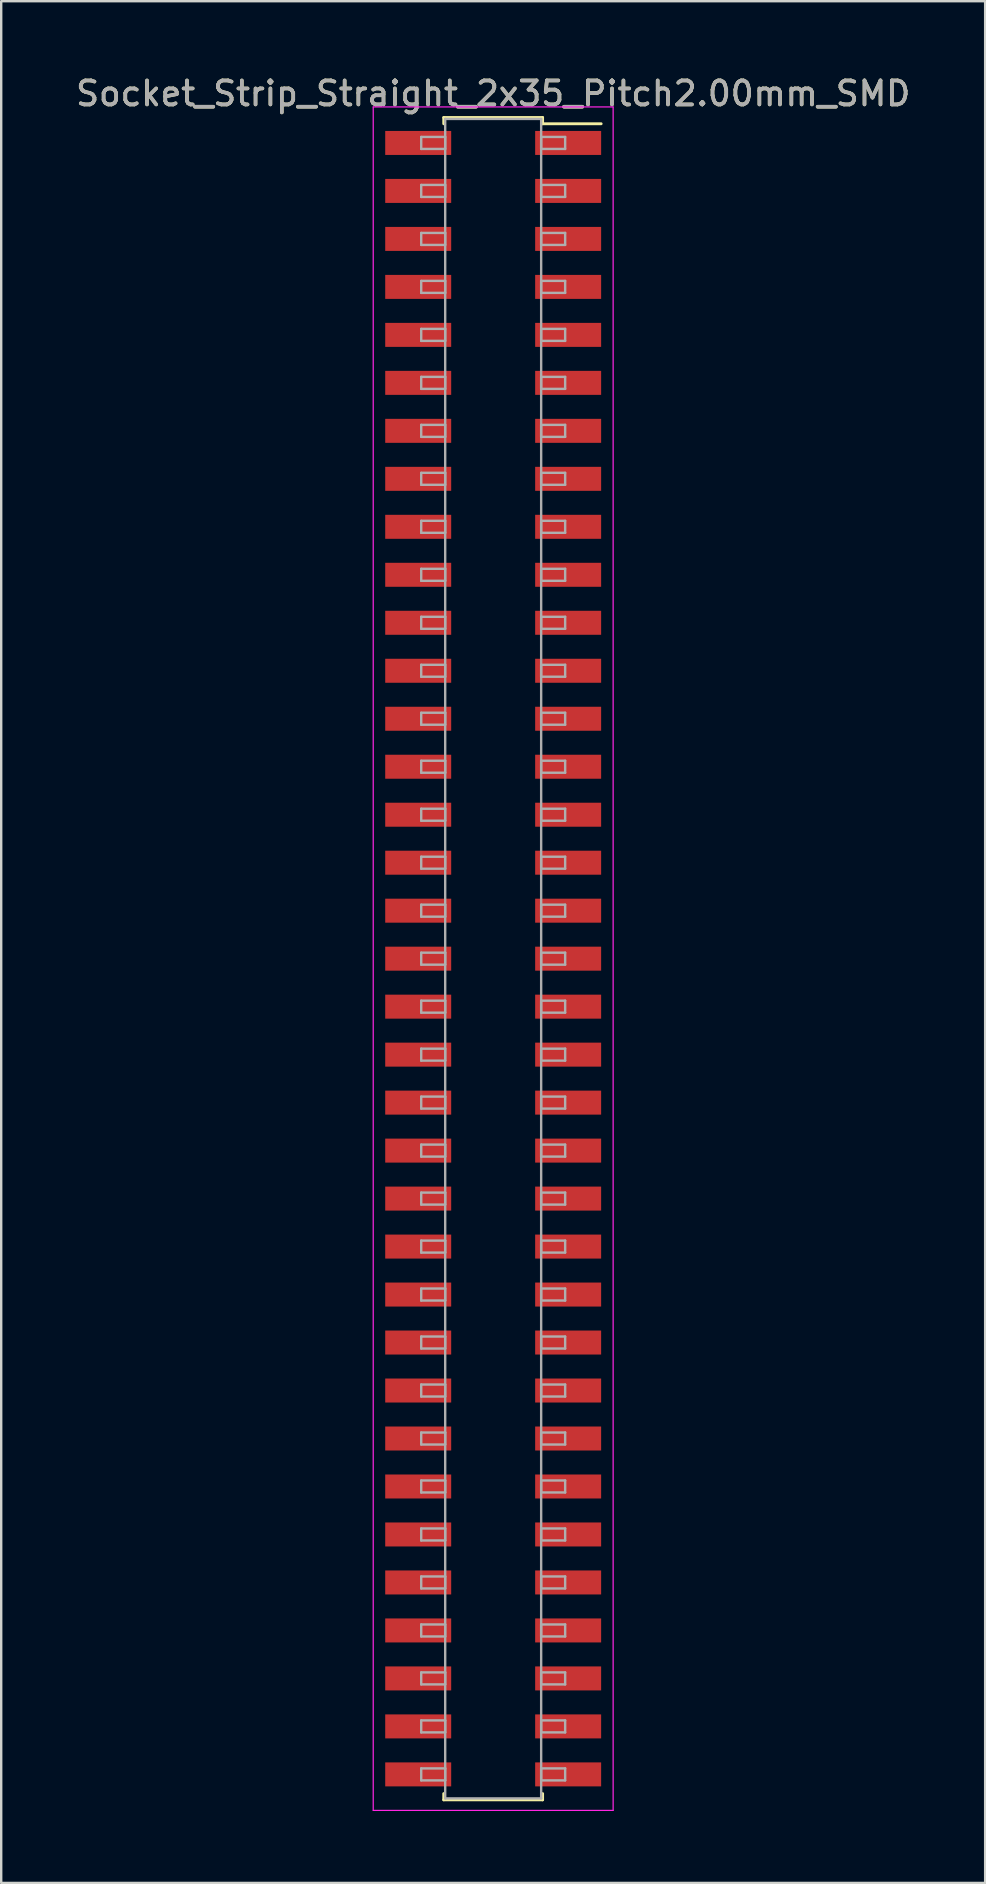
<source format=kicad_pcb>
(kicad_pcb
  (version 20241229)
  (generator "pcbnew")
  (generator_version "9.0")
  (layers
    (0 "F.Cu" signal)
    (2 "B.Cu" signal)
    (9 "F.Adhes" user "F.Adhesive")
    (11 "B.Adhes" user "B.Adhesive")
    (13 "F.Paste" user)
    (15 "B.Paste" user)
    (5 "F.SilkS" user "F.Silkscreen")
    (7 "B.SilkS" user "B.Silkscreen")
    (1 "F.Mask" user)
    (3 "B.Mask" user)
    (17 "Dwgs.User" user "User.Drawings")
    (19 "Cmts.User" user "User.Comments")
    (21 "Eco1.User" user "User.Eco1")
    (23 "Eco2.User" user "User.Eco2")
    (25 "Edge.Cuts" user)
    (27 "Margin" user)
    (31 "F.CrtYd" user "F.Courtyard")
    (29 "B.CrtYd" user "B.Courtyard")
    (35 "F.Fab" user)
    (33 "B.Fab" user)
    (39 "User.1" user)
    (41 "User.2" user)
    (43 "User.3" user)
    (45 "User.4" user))
  (footprint "Socket_Strip_Straight_2x35_Pitch2.00mm_SMD"
    (layer "F.Cu")
    (at 17.506 36.908)
    (property "Reference" "Socket_Strip_Straight_2x35_Pitch2.00mm_SMD" (at 0 -36.06 0) (layer "F.SilkS") (effects (font (size 1 1) (thickness 0.15))))
    (attr smd)
    (fp_line (start -2.06 -35.06) (end 2.06 -35.06) (stroke (width 0.12) (type solid)) (layer "F.SilkS"))
    (fp_line (start -2.06 -34.8) (end -2.06 -35.06) (stroke (width 0.12) (type solid)) (layer "F.SilkS"))
    (fp_line (start -2.06 34.8) (end -2.06 35.06) (stroke (width 0.12) (type solid)) (layer "F.SilkS"))
    (fp_line (start -2.06 35.06) (end 2.06 35.06) (stroke (width 0.12) (type solid)) (layer "F.SilkS"))
    (fp_line (start 2.06 -35.06) (end 2.06 -34.8) (stroke (width 0.12) (type solid)) (layer "F.SilkS"))
    (fp_line (start 2.06 35.06) (end 2.06 34.8) (stroke (width 0.12) (type solid)) (layer "F.SilkS"))
    (fp_line (start 4.5 -34.8) (end 2.06 -34.8) (stroke (width 0.12) (type solid)) (layer "F.SilkS"))
    (fp_line (start -5 -35.5) (end -5 35.5) (stroke (width 0.05) (type solid)) (layer "F.CrtYd"))
    (fp_line (start -5 35.5) (end 5 35.5) (stroke (width 0.05) (type solid)) (layer "F.CrtYd"))
    (fp_line (start 5 -35.5) (end -5 -35.5) (stroke (width 0.05) (type solid)) (layer "F.CrtYd"))
    (fp_line (start 5 35.5) (end 5 -35.5) (stroke (width 0.05) (type solid)) (layer "F.CrtYd"))
    (fp_line (start -3 -34.25) (end -2 -34.25) (stroke (width 0.1) (type solid)) (layer "F.Fab"))
    (fp_line (start -3 -33.75) (end -3 -34.25) (stroke (width 0.1) (type solid)) (layer "F.Fab"))
    (fp_line (start -3 -32.25) (end -2 -32.25) (stroke (width 0.1) (type solid)) (layer "F.Fab"))
    (fp_line (start -3 -31.75) (end -3 -32.25) (stroke (width 0.1) (type solid)) (layer "F.Fab"))
    (fp_line (start -3 -30.25) (end -2 -30.25) (stroke (width 0.1) (type solid)) (layer "F.Fab"))
    (fp_line (start -3 -29.75) (end -3 -30.25) (stroke (width 0.1) (type solid)) (layer "F.Fab"))
    (fp_line (start -3 -28.25) (end -2 -28.25) (stroke (width 0.1) (type solid)) (layer "F.Fab"))
    (fp_line (start -3 -27.75) (end -3 -28.25) (stroke (width 0.1) (type solid)) (layer "F.Fab"))
    (fp_line (start -3 -26.25) (end -2 -26.25) (stroke (width 0.1) (type solid)) (layer "F.Fab"))
    (fp_line (start -3 -25.75) (end -3 -26.25) (stroke (width 0.1) (type solid)) (layer "F.Fab"))
    (fp_line (start -3 -24.25) (end -2 -24.25) (stroke (width 0.1) (type solid)) (layer "F.Fab"))
    (fp_line (start -3 -23.75) (end -3 -24.25) (stroke (width 0.1) (type solid)) (layer "F.Fab"))
    (fp_line (start -3 -22.25) (end -2 -22.25) (stroke (width 0.1) (type solid)) (layer "F.Fab"))
    (fp_line (start -3 -21.75) (end -3 -22.25) (stroke (width 0.1) (type solid)) (layer "F.Fab"))
    (fp_line (start -3 -20.25) (end -2 -20.25) (stroke (width 0.1) (type solid)) (layer "F.Fab"))
    (fp_line (start -3 -19.75) (end -3 -20.25) (stroke (width 0.1) (type solid)) (layer "F.Fab"))
    (fp_line (start -3 -18.25) (end -2 -18.25) (stroke (width 0.1) (type solid)) (layer "F.Fab"))
    (fp_line (start -3 -17.75) (end -3 -18.25) (stroke (width 0.1) (type solid)) (layer "F.Fab"))
    (fp_line (start -3 -16.25) (end -2 -16.25) (stroke (width 0.1) (type solid)) (layer "F.Fab"))
    (fp_line (start -3 -15.75) (end -3 -16.25) (stroke (width 0.1) (type solid)) (layer "F.Fab"))
    (fp_line (start -3 -14.25) (end -2 -14.25) (stroke (width 0.1) (type solid)) (layer "F.Fab"))
    (fp_line (start -3 -13.75) (end -3 -14.25) (stroke (width 0.1) (type solid)) (layer "F.Fab"))
    (fp_line (start -3 -12.25) (end -2 -12.25) (stroke (width 0.1) (type solid)) (layer "F.Fab"))
    (fp_line (start -3 -11.75) (end -3 -12.25) (stroke (width 0.1) (type solid)) (layer "F.Fab"))
    (fp_line (start -3 -10.25) (end -2 -10.25) (stroke (width 0.1) (type solid)) (layer "F.Fab"))
    (fp_line (start -3 -9.75) (end -3 -10.25) (stroke (width 0.1) (type solid)) (layer "F.Fab"))
    (fp_line (start -3 -8.25) (end -2 -8.25) (stroke (width 0.1) (type solid)) (layer "F.Fab"))
    (fp_line (start -3 -7.75) (end -3 -8.25) (stroke (width 0.1) (type solid)) (layer "F.Fab"))
    (fp_line (start -3 -6.25) (end -2 -6.25) (stroke (width 0.1) (type solid)) (layer "F.Fab"))
    (fp_line (start -3 -5.75) (end -3 -6.25) (stroke (width 0.1) (type solid)) (layer "F.Fab"))
    (fp_line (start -3 -4.25) (end -2 -4.25) (stroke (width 0.1) (type solid)) (layer "F.Fab"))
    (fp_line (start -3 -3.75) (end -3 -4.25) (stroke (width 0.1) (type solid)) (layer "F.Fab"))
    (fp_line (start -3 -2.25) (end -2 -2.25) (stroke (width 0.1) (type solid)) (layer "F.Fab"))
    (fp_line (start -3 -1.75) (end -3 -2.25) (stroke (width 0.1) (type solid)) (layer "F.Fab"))
    (fp_line (start -3 -0.25) (end -2 -0.25) (stroke (width 0.1) (type solid)) (layer "F.Fab"))
    (fp_line (start -3 0.25) (end -3 -0.25) (stroke (width 0.1) (type solid)) (layer "F.Fab"))
    (fp_line (start -3 1.75) (end -2 1.75) (stroke (width 0.1) (type solid)) (layer "F.Fab"))
    (fp_line (start -3 2.25) (end -3 1.75) (stroke (width 0.1) (type solid)) (layer "F.Fab"))
    (fp_line (start -3 3.75) (end -2 3.75) (stroke (width 0.1) (type solid)) (layer "F.Fab"))
    (fp_line (start -3 4.25) (end -3 3.75) (stroke (width 0.1) (type solid)) (layer "F.Fab"))
    (fp_line (start -3 5.75) (end -2 5.75) (stroke (width 0.1) (type solid)) (layer "F.Fab"))
    (fp_line (start -3 6.25) (end -3 5.75) (stroke (width 0.1) (type solid)) (layer "F.Fab"))
    (fp_line (start -3 7.75) (end -2 7.75) (stroke (width 0.1) (type solid)) (layer "F.Fab"))
    (fp_line (start -3 8.25) (end -3 7.75) (stroke (width 0.1) (type solid)) (layer "F.Fab"))
    (fp_line (start -3 9.75) (end -2 9.75) (stroke (width 0.1) (type solid)) (layer "F.Fab"))
    (fp_line (start -3 10.25) (end -3 9.75) (stroke (width 0.1) (type solid)) (layer "F.Fab"))
    (fp_line (start -3 11.75) (end -2 11.75) (stroke (width 0.1) (type solid)) (layer "F.Fab"))
    (fp_line (start -3 12.25) (end -3 11.75) (stroke (width 0.1) (type solid)) (layer "F.Fab"))
    (fp_line (start -3 13.75) (end -2 13.75) (stroke (width 0.1) (type solid)) (layer "F.Fab"))
    (fp_line (start -3 14.25) (end -3 13.75) (stroke (width 0.1) (type solid)) (layer "F.Fab"))
    (fp_line (start -3 15.75) (end -2 15.75) (stroke (width 0.1) (type solid)) (layer "F.Fab"))
    (fp_line (start -3 16.25) (end -3 15.75) (stroke (width 0.1) (type solid)) (layer "F.Fab"))
    (fp_line (start -3 17.75) (end -2 17.75) (stroke (width 0.1) (type solid)) (layer "F.Fab"))
    (fp_line (start -3 18.25) (end -3 17.75) (stroke (width 0.1) (type solid)) (layer "F.Fab"))
    (fp_line (start -3 19.75) (end -2 19.75) (stroke (width 0.1) (type solid)) (layer "F.Fab"))
    (fp_line (start -3 20.25) (end -3 19.75) (stroke (width 0.1) (type solid)) (layer "F.Fab"))
    (fp_line (start -3 21.75) (end -2 21.75) (stroke (width 0.1) (type solid)) (layer "F.Fab"))
    (fp_line (start -3 22.25) (end -3 21.75) (stroke (width 0.1) (type solid)) (layer "F.Fab"))
    (fp_line (start -3 23.75) (end -2 23.75) (stroke (width 0.1) (type solid)) (layer "F.Fab"))
    (fp_line (start -3 24.25) (end -3 23.75) (stroke (width 0.1) (type solid)) (layer "F.Fab"))
    (fp_line (start -3 25.75) (end -2 25.75) (stroke (width 0.1) (type solid)) (layer "F.Fab"))
    (fp_line (start -3 26.25) (end -3 25.75) (stroke (width 0.1) (type solid)) (layer "F.Fab"))
    (fp_line (start -3 27.75) (end -2 27.75) (stroke (width 0.1) (type solid)) (layer "F.Fab"))
    (fp_line (start -3 28.25) (end -3 27.75) (stroke (width 0.1) (type solid)) (layer "F.Fab"))
    (fp_line (start -3 29.75) (end -2 29.75) (stroke (width 0.1) (type solid)) (layer "F.Fab"))
    (fp_line (start -3 30.25) (end -3 29.75) (stroke (width 0.1) (type solid)) (layer "F.Fab"))
    (fp_line (start -3 31.75) (end -2 31.75) (stroke (width 0.1) (type solid)) (layer "F.Fab"))
    (fp_line (start -3 32.25) (end -3 31.75) (stroke (width 0.1) (type solid)) (layer "F.Fab"))
    (fp_line (start -3 33.75) (end -2 33.75) (stroke (width 0.1) (type solid)) (layer "F.Fab"))
    (fp_line (start -3 34.25) (end -3 33.75) (stroke (width 0.1) (type solid)) (layer "F.Fab"))
    (fp_line (start -2 -35) (end -2 35) (stroke (width 0.1) (type solid)) (layer "F.Fab"))
    (fp_line (start -2 -34.25) (end -2 -33.75) (stroke (width 0.1) (type solid)) (layer "F.Fab"))
    (fp_line (start -2 -33.75) (end -3 -33.75) (stroke (width 0.1) (type solid)) (layer "F.Fab"))
    (fp_line (start -2 -32.25) (end -2 -31.75) (stroke (width 0.1) (type solid)) (layer "F.Fab"))
    (fp_line (start -2 -31.75) (end -3 -31.75) (stroke (width 0.1) (type solid)) (layer "F.Fab"))
    (fp_line (start -2 -30.25) (end -2 -29.75) (stroke (width 0.1) (type solid)) (layer "F.Fab"))
    (fp_line (start -2 -29.75) (end -3 -29.75) (stroke (width 0.1) (type solid)) (layer "F.Fab"))
    (fp_line (start -2 -28.25) (end -2 -27.75) (stroke (width 0.1) (type solid)) (layer "F.Fab"))
    (fp_line (start -2 -27.75) (end -3 -27.75) (stroke (width 0.1) (type solid)) (layer "F.Fab"))
    (fp_line (start -2 -26.25) (end -2 -25.75) (stroke (width 0.1) (type solid)) (layer "F.Fab"))
    (fp_line (start -2 -25.75) (end -3 -25.75) (stroke (width 0.1) (type solid)) (layer "F.Fab"))
    (fp_line (start -2 -24.25) (end -2 -23.75) (stroke (width 0.1) (type solid)) (layer "F.Fab"))
    (fp_line (start -2 -23.75) (end -3 -23.75) (stroke (width 0.1) (type solid)) (layer "F.Fab"))
    (fp_line (start -2 -22.25) (end -2 -21.75) (stroke (width 0.1) (type solid)) (layer "F.Fab"))
    (fp_line (start -2 -21.75) (end -3 -21.75) (stroke (width 0.1) (type solid)) (layer "F.Fab"))
    (fp_line (start -2 -20.25) (end -2 -19.75) (stroke (width 0.1) (type solid)) (layer "F.Fab"))
    (fp_line (start -2 -19.75) (end -3 -19.75) (stroke (width 0.1) (type solid)) (layer "F.Fab"))
    (fp_line (start -2 -18.25) (end -2 -17.75) (stroke (width 0.1) (type solid)) (layer "F.Fab"))
    (fp_line (start -2 -17.75) (end -3 -17.75) (stroke (width 0.1) (type solid)) (layer "F.Fab"))
    (fp_line (start -2 -16.25) (end -2 -15.75) (stroke (width 0.1) (type solid)) (layer "F.Fab"))
    (fp_line (start -2 -15.75) (end -3 -15.75) (stroke (width 0.1) (type solid)) (layer "F.Fab"))
    (fp_line (start -2 -14.25) (end -2 -13.75) (stroke (width 0.1) (type solid)) (layer "F.Fab"))
    (fp_line (start -2 -13.75) (end -3 -13.75) (stroke (width 0.1) (type solid)) (layer "F.Fab"))
    (fp_line (start -2 -12.25) (end -2 -11.75) (stroke (width 0.1) (type solid)) (layer "F.Fab"))
    (fp_line (start -2 -11.75) (end -3 -11.75) (stroke (width 0.1) (type solid)) (layer "F.Fab"))
    (fp_line (start -2 -10.25) (end -2 -9.75) (stroke (width 0.1) (type solid)) (layer "F.Fab"))
    (fp_line (start -2 -9.75) (end -3 -9.75) (stroke (width 0.1) (type solid)) (layer "F.Fab"))
    (fp_line (start -2 -8.25) (end -2 -7.75) (stroke (width 0.1) (type solid)) (layer "F.Fab"))
    (fp_line (start -2 -7.75) (end -3 -7.75) (stroke (width 0.1) (type solid)) (layer "F.Fab"))
    (fp_line (start -2 -6.25) (end -2 -5.75) (stroke (width 0.1) (type solid)) (layer "F.Fab"))
    (fp_line (start -2 -5.75) (end -3 -5.75) (stroke (width 0.1) (type solid)) (layer "F.Fab"))
    (fp_line (start -2 -4.25) (end -2 -3.75) (stroke (width 0.1) (type solid)) (layer "F.Fab"))
    (fp_line (start -2 -3.75) (end -3 -3.75) (stroke (width 0.1) (type solid)) (layer "F.Fab"))
    (fp_line (start -2 -2.25) (end -2 -1.75) (stroke (width 0.1) (type solid)) (layer "F.Fab"))
    (fp_line (start -2 -1.75) (end -3 -1.75) (stroke (width 0.1) (type solid)) (layer "F.Fab"))
    (fp_line (start -2 -0.25) (end -2 0.25) (stroke (width 0.1) (type solid)) (layer "F.Fab"))
    (fp_line (start -2 0.25) (end -3 0.25) (stroke (width 0.1) (type solid)) (layer "F.Fab"))
    (fp_line (start -2 1.75) (end -2 2.25) (stroke (width 0.1) (type solid)) (layer "F.Fab"))
    (fp_line (start -2 2.25) (end -3 2.25) (stroke (width 0.1) (type solid)) (layer "F.Fab"))
    (fp_line (start -2 3.75) (end -2 4.25) (stroke (width 0.1) (type solid)) (layer "F.Fab"))
    (fp_line (start -2 4.25) (end -3 4.25) (stroke (width 0.1) (type solid)) (layer "F.Fab"))
    (fp_line (start -2 5.75) (end -2 6.25) (stroke (width 0.1) (type solid)) (layer "F.Fab"))
    (fp_line (start -2 6.25) (end -3 6.25) (stroke (width 0.1) (type solid)) (layer "F.Fab"))
    (fp_line (start -2 7.75) (end -2 8.25) (stroke (width 0.1) (type solid)) (layer "F.Fab"))
    (fp_line (start -2 8.25) (end -3 8.25) (stroke (width 0.1) (type solid)) (layer "F.Fab"))
    (fp_line (start -2 9.75) (end -2 10.25) (stroke (width 0.1) (type solid)) (layer "F.Fab"))
    (fp_line (start -2 10.25) (end -3 10.25) (stroke (width 0.1) (type solid)) (layer "F.Fab"))
    (fp_line (start -2 11.75) (end -2 12.25) (stroke (width 0.1) (type solid)) (layer "F.Fab"))
    (fp_line (start -2 12.25) (end -3 12.25) (stroke (width 0.1) (type solid)) (layer "F.Fab"))
    (fp_line (start -2 13.75) (end -2 14.25) (stroke (width 0.1) (type solid)) (layer "F.Fab"))
    (fp_line (start -2 14.25) (end -3 14.25) (stroke (width 0.1) (type solid)) (layer "F.Fab"))
    (fp_line (start -2 15.75) (end -2 16.25) (stroke (width 0.1) (type solid)) (layer "F.Fab"))
    (fp_line (start -2 16.25) (end -3 16.25) (stroke (width 0.1) (type solid)) (layer "F.Fab"))
    (fp_line (start -2 17.75) (end -2 18.25) (stroke (width 0.1) (type solid)) (layer "F.Fab"))
    (fp_line (start -2 18.25) (end -3 18.25) (stroke (width 0.1) (type solid)) (layer "F.Fab"))
    (fp_line (start -2 19.75) (end -2 20.25) (stroke (width 0.1) (type solid)) (layer "F.Fab"))
    (fp_line (start -2 20.25) (end -3 20.25) (stroke (width 0.1) (type solid)) (layer "F.Fab"))
    (fp_line (start -2 21.75) (end -2 22.25) (stroke (width 0.1) (type solid)) (layer "F.Fab"))
    (fp_line (start -2 22.25) (end -3 22.25) (stroke (width 0.1) (type solid)) (layer "F.Fab"))
    (fp_line (start -2 23.75) (end -2 24.25) (stroke (width 0.1) (type solid)) (layer "F.Fab"))
    (fp_line (start -2 24.25) (end -3 24.25) (stroke (width 0.1) (type solid)) (layer "F.Fab"))
    (fp_line (start -2 25.75) (end -2 26.25) (stroke (width 0.1) (type solid)) (layer "F.Fab"))
    (fp_line (start -2 26.25) (end -3 26.25) (stroke (width 0.1) (type solid)) (layer "F.Fab"))
    (fp_line (start -2 27.75) (end -2 28.25) (stroke (width 0.1) (type solid)) (layer "F.Fab"))
    (fp_line (start -2 28.25) (end -3 28.25) (stroke (width 0.1) (type solid)) (layer "F.Fab"))
    (fp_line (start -2 29.75) (end -2 30.25) (stroke (width 0.1) (type solid)) (layer "F.Fab"))
    (fp_line (start -2 30.25) (end -3 30.25) (stroke (width 0.1) (type solid)) (layer "F.Fab"))
    (fp_line (start -2 31.75) (end -2 32.25) (stroke (width 0.1) (type solid)) (layer "F.Fab"))
    (fp_line (start -2 32.25) (end -3 32.25) (stroke (width 0.1) (type solid)) (layer "F.Fab"))
    (fp_line (start -2 33.75) (end -2 34.25) (stroke (width 0.1) (type solid)) (layer "F.Fab"))
    (fp_line (start -2 34.25) (end -3 34.25) (stroke (width 0.1) (type solid)) (layer "F.Fab"))
    (fp_line (start -2 35) (end 2 35) (stroke (width 0.1) (type solid)) (layer "F.Fab"))
    (fp_line (start 2 -35) (end -2 -35) (stroke (width 0.1) (type solid)) (layer "F.Fab"))
    (fp_line (start 2 -34.25) (end 2 -33.75) (stroke (width 0.1) (type solid)) (layer "F.Fab"))
    (fp_line (start 2 -33.75) (end 3 -33.75) (stroke (width 0.1) (type solid)) (layer "F.Fab"))
    (fp_line (start 2 -32.25) (end 2 -31.75) (stroke (width 0.1) (type solid)) (layer "F.Fab"))
    (fp_line (start 2 -31.75) (end 3 -31.75) (stroke (width 0.1) (type solid)) (layer "F.Fab"))
    (fp_line (start 2 -30.25) (end 2 -29.75) (stroke (width 0.1) (type solid)) (layer "F.Fab"))
    (fp_line (start 2 -29.75) (end 3 -29.75) (stroke (width 0.1) (type solid)) (layer "F.Fab"))
    (fp_line (start 2 -28.25) (end 2 -27.75) (stroke (width 0.1) (type solid)) (layer "F.Fab"))
    (fp_line (start 2 -27.75) (end 3 -27.75) (stroke (width 0.1) (type solid)) (layer "F.Fab"))
    (fp_line (start 2 -26.25) (end 2 -25.75) (stroke (width 0.1) (type solid)) (layer "F.Fab"))
    (fp_line (start 2 -25.75) (end 3 -25.75) (stroke (width 0.1) (type solid)) (layer "F.Fab"))
    (fp_line (start 2 -24.25) (end 2 -23.75) (stroke (width 0.1) (type solid)) (layer "F.Fab"))
    (fp_line (start 2 -23.75) (end 3 -23.75) (stroke (width 0.1) (type solid)) (layer "F.Fab"))
    (fp_line (start 2 -22.25) (end 2 -21.75) (stroke (width 0.1) (type solid)) (layer "F.Fab"))
    (fp_line (start 2 -21.75) (end 3 -21.75) (stroke (width 0.1) (type solid)) (layer "F.Fab"))
    (fp_line (start 2 -20.25) (end 2 -19.75) (stroke (width 0.1) (type solid)) (layer "F.Fab"))
    (fp_line (start 2 -19.75) (end 3 -19.75) (stroke (width 0.1) (type solid)) (layer "F.Fab"))
    (fp_line (start 2 -18.25) (end 2 -17.75) (stroke (width 0.1) (type solid)) (layer "F.Fab"))
    (fp_line (start 2 -17.75) (end 3 -17.75) (stroke (width 0.1) (type solid)) (layer "F.Fab"))
    (fp_line (start 2 -16.25) (end 2 -15.75) (stroke (width 0.1) (type solid)) (layer "F.Fab"))
    (fp_line (start 2 -15.75) (end 3 -15.75) (stroke (width 0.1) (type solid)) (layer "F.Fab"))
    (fp_line (start 2 -14.25) (end 2 -13.75) (stroke (width 0.1) (type solid)) (layer "F.Fab"))
    (fp_line (start 2 -13.75) (end 3 -13.75) (stroke (width 0.1) (type solid)) (layer "F.Fab"))
    (fp_line (start 2 -12.25) (end 2 -11.75) (stroke (width 0.1) (type solid)) (layer "F.Fab"))
    (fp_line (start 2 -11.75) (end 3 -11.75) (stroke (width 0.1) (type solid)) (layer "F.Fab"))
    (fp_line (start 2 -10.25) (end 2 -9.75) (stroke (width 0.1) (type solid)) (layer "F.Fab"))
    (fp_line (start 2 -9.75) (end 3 -9.75) (stroke (width 0.1) (type solid)) (layer "F.Fab"))
    (fp_line (start 2 -8.25) (end 2 -7.75) (stroke (width 0.1) (type solid)) (layer "F.Fab"))
    (fp_line (start 2 -7.75) (end 3 -7.75) (stroke (width 0.1) (type solid)) (layer "F.Fab"))
    (fp_line (start 2 -6.25) (end 2 -5.75) (stroke (width 0.1) (type solid)) (layer "F.Fab"))
    (fp_line (start 2 -5.75) (end 3 -5.75) (stroke (width 0.1) (type solid)) (layer "F.Fab"))
    (fp_line (start 2 -4.25) (end 2 -3.75) (stroke (width 0.1) (type solid)) (layer "F.Fab"))
    (fp_line (start 2 -3.75) (end 3 -3.75) (stroke (width 0.1) (type solid)) (layer "F.Fab"))
    (fp_line (start 2 -2.25) (end 2 -1.75) (stroke (width 0.1) (type solid)) (layer "F.Fab"))
    (fp_line (start 2 -1.75) (end 3 -1.75) (stroke (width 0.1) (type solid)) (layer "F.Fab"))
    (fp_line (start 2 -0.25) (end 2 0.25) (stroke (width 0.1) (type solid)) (layer "F.Fab"))
    (fp_line (start 2 0.25) (end 3 0.25) (stroke (width 0.1) (type solid)) (layer "F.Fab"))
    (fp_line (start 2 1.75) (end 2 2.25) (stroke (width 0.1) (type solid)) (layer "F.Fab"))
    (fp_line (start 2 2.25) (end 3 2.25) (stroke (width 0.1) (type solid)) (layer "F.Fab"))
    (fp_line (start 2 3.75) (end 2 4.25) (stroke (width 0.1) (type solid)) (layer "F.Fab"))
    (fp_line (start 2 4.25) (end 3 4.25) (stroke (width 0.1) (type solid)) (layer "F.Fab"))
    (fp_line (start 2 5.75) (end 2 6.25) (stroke (width 0.1) (type solid)) (layer "F.Fab"))
    (fp_line (start 2 6.25) (end 3 6.25) (stroke (width 0.1) (type solid)) (layer "F.Fab"))
    (fp_line (start 2 7.75) (end 2 8.25) (stroke (width 0.1) (type solid)) (layer "F.Fab"))
    (fp_line (start 2 8.25) (end 3 8.25) (stroke (width 0.1) (type solid)) (layer "F.Fab"))
    (fp_line (start 2 9.75) (end 2 10.25) (stroke (width 0.1) (type solid)) (layer "F.Fab"))
    (fp_line (start 2 10.25) (end 3 10.25) (stroke (width 0.1) (type solid)) (layer "F.Fab"))
    (fp_line (start 2 11.75) (end 2 12.25) (stroke (width 0.1) (type solid)) (layer "F.Fab"))
    (fp_line (start 2 12.25) (end 3 12.25) (stroke (width 0.1) (type solid)) (layer "F.Fab"))
    (fp_line (start 2 13.75) (end 2 14.25) (stroke (width 0.1) (type solid)) (layer "F.Fab"))
    (fp_line (start 2 14.25) (end 3 14.25) (stroke (width 0.1) (type solid)) (layer "F.Fab"))
    (fp_line (start 2 15.75) (end 2 16.25) (stroke (width 0.1) (type solid)) (layer "F.Fab"))
    (fp_line (start 2 16.25) (end 3 16.25) (stroke (width 0.1) (type solid)) (layer "F.Fab"))
    (fp_line (start 2 17.75) (end 2 18.25) (stroke (width 0.1) (type solid)) (layer "F.Fab"))
    (fp_line (start 2 18.25) (end 3 18.25) (stroke (width 0.1) (type solid)) (layer "F.Fab"))
    (fp_line (start 2 19.75) (end 2 20.25) (stroke (width 0.1) (type solid)) (layer "F.Fab"))
    (fp_line (start 2 20.25) (end 3 20.25) (stroke (width 0.1) (type solid)) (layer "F.Fab"))
    (fp_line (start 2 21.75) (end 2 22.25) (stroke (width 0.1) (type solid)) (layer "F.Fab"))
    (fp_line (start 2 22.25) (end 3 22.25) (stroke (width 0.1) (type solid)) (layer "F.Fab"))
    (fp_line (start 2 23.75) (end 2 24.25) (stroke (width 0.1) (type solid)) (layer "F.Fab"))
    (fp_line (start 2 24.25) (end 3 24.25) (stroke (width 0.1) (type solid)) (layer "F.Fab"))
    (fp_line (start 2 25.75) (end 2 26.25) (stroke (width 0.1) (type solid)) (layer "F.Fab"))
    (fp_line (start 2 26.25) (end 3 26.25) (stroke (width 0.1) (type solid)) (layer "F.Fab"))
    (fp_line (start 2 27.75) (end 2 28.25) (stroke (width 0.1) (type solid)) (layer "F.Fab"))
    (fp_line (start 2 28.25) (end 3 28.25) (stroke (width 0.1) (type solid)) (layer "F.Fab"))
    (fp_line (start 2 29.75) (end 2 30.25) (stroke (width 0.1) (type solid)) (layer "F.Fab"))
    (fp_line (start 2 30.25) (end 3 30.25) (stroke (width 0.1) (type solid)) (layer "F.Fab"))
    (fp_line (start 2 31.75) (end 2 32.25) (stroke (width 0.1) (type solid)) (layer "F.Fab"))
    (fp_line (start 2 32.25) (end 3 32.25) (stroke (width 0.1) (type solid)) (layer "F.Fab"))
    (fp_line (start 2 33.75) (end 2 34.25) (stroke (width 0.1) (type solid)) (layer "F.Fab"))
    (fp_line (start 2 34.25) (end 3 34.25) (stroke (width 0.1) (type solid)) (layer "F.Fab"))
    (fp_line (start 2 35) (end 2 -35) (stroke (width 0.1) (type solid)) (layer "F.Fab"))
    (fp_line (start 3 -34.25) (end 2 -34.25) (stroke (width 0.1) (type solid)) (layer "F.Fab"))
    (fp_line (start 3 -33.75) (end 3 -34.25) (stroke (width 0.1) (type solid)) (layer "F.Fab"))
    (fp_line (start 3 -32.25) (end 2 -32.25) (stroke (width 0.1) (type solid)) (layer "F.Fab"))
    (fp_line (start 3 -31.75) (end 3 -32.25) (stroke (width 0.1) (type solid)) (layer "F.Fab"))
    (fp_line (start 3 -30.25) (end 2 -30.25) (stroke (width 0.1) (type solid)) (layer "F.Fab"))
    (fp_line (start 3 -29.75) (end 3 -30.25) (stroke (width 0.1) (type solid)) (layer "F.Fab"))
    (fp_line (start 3 -28.25) (end 2 -28.25) (stroke (width 0.1) (type solid)) (layer "F.Fab"))
    (fp_line (start 3 -27.75) (end 3 -28.25) (stroke (width 0.1) (type solid)) (layer "F.Fab"))
    (fp_line (start 3 -26.25) (end 2 -26.25) (stroke (width 0.1) (type solid)) (layer "F.Fab"))
    (fp_line (start 3 -25.75) (end 3 -26.25) (stroke (width 0.1) (type solid)) (layer "F.Fab"))
    (fp_line (start 3 -24.25) (end 2 -24.25) (stroke (width 0.1) (type solid)) (layer "F.Fab"))
    (fp_line (start 3 -23.75) (end 3 -24.25) (stroke (width 0.1) (type solid)) (layer "F.Fab"))
    (fp_line (start 3 -22.25) (end 2 -22.25) (stroke (width 0.1) (type solid)) (layer "F.Fab"))
    (fp_line (start 3 -21.75) (end 3 -22.25) (stroke (width 0.1) (type solid)) (layer "F.Fab"))
    (fp_line (start 3 -20.25) (end 2 -20.25) (stroke (width 0.1) (type solid)) (layer "F.Fab"))
    (fp_line (start 3 -19.75) (end 3 -20.25) (stroke (width 0.1) (type solid)) (layer "F.Fab"))
    (fp_line (start 3 -18.25) (end 2 -18.25) (stroke (width 0.1) (type solid)) (layer "F.Fab"))
    (fp_line (start 3 -17.75) (end 3 -18.25) (stroke (width 0.1) (type solid)) (layer "F.Fab"))
    (fp_line (start 3 -16.25) (end 2 -16.25) (stroke (width 0.1) (type solid)) (layer "F.Fab"))
    (fp_line (start 3 -15.75) (end 3 -16.25) (stroke (width 0.1) (type solid)) (layer "F.Fab"))
    (fp_line (start 3 -14.25) (end 2 -14.25) (stroke (width 0.1) (type solid)) (layer "F.Fab"))
    (fp_line (start 3 -13.75) (end 3 -14.25) (stroke (width 0.1) (type solid)) (layer "F.Fab"))
    (fp_line (start 3 -12.25) (end 2 -12.25) (stroke (width 0.1) (type solid)) (layer "F.Fab"))
    (fp_line (start 3 -11.75) (end 3 -12.25) (stroke (width 0.1) (type solid)) (layer "F.Fab"))
    (fp_line (start 3 -10.25) (end 2 -10.25) (stroke (width 0.1) (type solid)) (layer "F.Fab"))
    (fp_line (start 3 -9.75) (end 3 -10.25) (stroke (width 0.1) (type solid)) (layer "F.Fab"))
    (fp_line (start 3 -8.25) (end 2 -8.25) (stroke (width 0.1) (type solid)) (layer "F.Fab"))
    (fp_line (start 3 -7.75) (end 3 -8.25) (stroke (width 0.1) (type solid)) (layer "F.Fab"))
    (fp_line (start 3 -6.25) (end 2 -6.25) (stroke (width 0.1) (type solid)) (layer "F.Fab"))
    (fp_line (start 3 -5.75) (end 3 -6.25) (stroke (width 0.1) (type solid)) (layer "F.Fab"))
    (fp_line (start 3 -4.25) (end 2 -4.25) (stroke (width 0.1) (type solid)) (layer "F.Fab"))
    (fp_line (start 3 -3.75) (end 3 -4.25) (stroke (width 0.1) (type solid)) (layer "F.Fab"))
    (fp_line (start 3 -2.25) (end 2 -2.25) (stroke (width 0.1) (type solid)) (layer "F.Fab"))
    (fp_line (start 3 -1.75) (end 3 -2.25) (stroke (width 0.1) (type solid)) (layer "F.Fab"))
    (fp_line (start 3 -0.25) (end 2 -0.25) (stroke (width 0.1) (type solid)) (layer "F.Fab"))
    (fp_line (start 3 0.25) (end 3 -0.25) (stroke (width 0.1) (type solid)) (layer "F.Fab"))
    (fp_line (start 3 1.75) (end 2 1.75) (stroke (width 0.1) (type solid)) (layer "F.Fab"))
    (fp_line (start 3 2.25) (end 3 1.75) (stroke (width 0.1) (type solid)) (layer "F.Fab"))
    (fp_line (start 3 3.75) (end 2 3.75) (stroke (width 0.1) (type solid)) (layer "F.Fab"))
    (fp_line (start 3 4.25) (end 3 3.75) (stroke (width 0.1) (type solid)) (layer "F.Fab"))
    (fp_line (start 3 5.75) (end 2 5.75) (stroke (width 0.1) (type solid)) (layer "F.Fab"))
    (fp_line (start 3 6.25) (end 3 5.75) (stroke (width 0.1) (type solid)) (layer "F.Fab"))
    (fp_line (start 3 7.75) (end 2 7.75) (stroke (width 0.1) (type solid)) (layer "F.Fab"))
    (fp_line (start 3 8.25) (end 3 7.75) (stroke (width 0.1) (type solid)) (layer "F.Fab"))
    (fp_line (start 3 9.75) (end 2 9.75) (stroke (width 0.1) (type solid)) (layer "F.Fab"))
    (fp_line (start 3 10.25) (end 3 9.75) (stroke (width 0.1) (type solid)) (layer "F.Fab"))
    (fp_line (start 3 11.75) (end 2 11.75) (stroke (width 0.1) (type solid)) (layer "F.Fab"))
    (fp_line (start 3 12.25) (end 3 11.75) (stroke (width 0.1) (type solid)) (layer "F.Fab"))
    (fp_line (start 3 13.75) (end 2 13.75) (stroke (width 0.1) (type solid)) (layer "F.Fab"))
    (fp_line (start 3 14.25) (end 3 13.75) (stroke (width 0.1) (type solid)) (layer "F.Fab"))
    (fp_line (start 3 15.75) (end 2 15.75) (stroke (width 0.1) (type solid)) (layer "F.Fab"))
    (fp_line (start 3 16.25) (end 3 15.75) (stroke (width 0.1) (type solid)) (layer "F.Fab"))
    (fp_line (start 3 17.75) (end 2 17.75) (stroke (width 0.1) (type solid)) (layer "F.Fab"))
    (fp_line (start 3 18.25) (end 3 17.75) (stroke (width 0.1) (type solid)) (layer "F.Fab"))
    (fp_line (start 3 19.75) (end 2 19.75) (stroke (width 0.1) (type solid)) (layer "F.Fab"))
    (fp_line (start 3 20.25) (end 3 19.75) (stroke (width 0.1) (type solid)) (layer "F.Fab"))
    (fp_line (start 3 21.75) (end 2 21.75) (stroke (width 0.1) (type solid)) (layer "F.Fab"))
    (fp_line (start 3 22.25) (end 3 21.75) (stroke (width 0.1) (type solid)) (layer "F.Fab"))
    (fp_line (start 3 23.75) (end 2 23.75) (stroke (width 0.1) (type solid)) (layer "F.Fab"))
    (fp_line (start 3 24.25) (end 3 23.75) (stroke (width 0.1) (type solid)) (layer "F.Fab"))
    (fp_line (start 3 25.75) (end 2 25.75) (stroke (width 0.1) (type solid)) (layer "F.Fab"))
    (fp_line (start 3 26.25) (end 3 25.75) (stroke (width 0.1) (type solid)) (layer "F.Fab"))
    (fp_line (start 3 27.75) (end 2 27.75) (stroke (width 0.1) (type solid)) (layer "F.Fab"))
    (fp_line (start 3 28.25) (end 3 27.75) (stroke (width 0.1) (type solid)) (layer "F.Fab"))
    (fp_line (start 3 29.75) (end 2 29.75) (stroke (width 0.1) (type solid)) (layer "F.Fab"))
    (fp_line (start 3 30.25) (end 3 29.75) (stroke (width 0.1) (type solid)) (layer "F.Fab"))
    (fp_line (start 3 31.75) (end 2 31.75) (stroke (width 0.1) (type solid)) (layer "F.Fab"))
    (fp_line (start 3 32.25) (end 3 31.75) (stroke (width 0.1) (type solid)) (layer "F.Fab"))
    (fp_line (start 3 33.75) (end 2 33.75) (stroke (width 0.1) (type solid)) (layer "F.Fab"))
    (fp_line (start 3 34.25) (end 3 33.75) (stroke (width 0.1) (type solid)) (layer "F.Fab"))
    (fp_text user "${REFERENCE}" (at 0 -36.06 0) (layer "F.Fab") (effects (font (size 1 1) (thickness 0.15))))
    (pad "1" smd rect (at 3.125 -34) (size 2.75 1) (layers "F.Cu" "F.Mask" "F.Paste"))
    (pad "2" smd rect (at -3.125 -34) (size 2.75 1) (layers "F.Cu" "F.Mask" "F.Paste"))
    (pad "3" smd rect (at 3.125 -32) (size 2.75 1) (layers "F.Cu" "F.Mask" "F.Paste"))
    (pad "4" smd rect (at -3.125 -32) (size 2.75 1) (layers "F.Cu" "F.Mask" "F.Paste"))
    (pad "5" smd rect (at 3.125 -30) (size 2.75 1) (layers "F.Cu" "F.Mask" "F.Paste"))
    (pad "6" smd rect (at -3.125 -30) (size 2.75 1) (layers "F.Cu" "F.Mask" "F.Paste"))
    (pad "7" smd rect (at 3.125 -28) (size 2.75 1) (layers "F.Cu" "F.Mask" "F.Paste"))
    (pad "8" smd rect (at -3.125 -28) (size 2.75 1) (layers "F.Cu" "F.Mask" "F.Paste"))
    (pad "9" smd rect (at 3.125 -26) (size 2.75 1) (layers "F.Cu" "F.Mask" "F.Paste"))
    (pad "10" smd rect (at -3.125 -26) (size 2.75 1) (layers "F.Cu" "F.Mask" "F.Paste"))
    (pad "11" smd rect (at 3.125 -24) (size 2.75 1) (layers "F.Cu" "F.Mask" "F.Paste"))
    (pad "12" smd rect (at -3.125 -24) (size 2.75 1) (layers "F.Cu" "F.Mask" "F.Paste"))
    (pad "13" smd rect (at 3.125 -22) (size 2.75 1) (layers "F.Cu" "F.Mask" "F.Paste"))
    (pad "14" smd rect (at -3.125 -22) (size 2.75 1) (layers "F.Cu" "F.Mask" "F.Paste"))
    (pad "15" smd rect (at 3.125 -20) (size 2.75 1) (layers "F.Cu" "F.Mask" "F.Paste"))
    (pad "16" smd rect (at -3.125 -20) (size 2.75 1) (layers "F.Cu" "F.Mask" "F.Paste"))
    (pad "17" smd rect (at 3.125 -18) (size 2.75 1) (layers "F.Cu" "F.Mask" "F.Paste"))
    (pad "18" smd rect (at -3.125 -18) (size 2.75 1) (layers "F.Cu" "F.Mask" "F.Paste"))
    (pad "19" smd rect (at 3.125 -16) (size 2.75 1) (layers "F.Cu" "F.Mask" "F.Paste"))
    (pad "20" smd rect (at -3.125 -16) (size 2.75 1) (layers "F.Cu" "F.Mask" "F.Paste"))
    (pad "21" smd rect (at 3.125 -14) (size 2.75 1) (layers "F.Cu" "F.Mask" "F.Paste"))
    (pad "22" smd rect (at -3.125 -14) (size 2.75 1) (layers "F.Cu" "F.Mask" "F.Paste"))
    (pad "23" smd rect (at 3.125 -12) (size 2.75 1) (layers "F.Cu" "F.Mask" "F.Paste"))
    (pad "24" smd rect (at -3.125 -12) (size 2.75 1) (layers "F.Cu" "F.Mask" "F.Paste"))
    (pad "25" smd rect (at 3.125 -10) (size 2.75 1) (layers "F.Cu" "F.Mask" "F.Paste"))
    (pad "26" smd rect (at -3.125 -10) (size 2.75 1) (layers "F.Cu" "F.Mask" "F.Paste"))
    (pad "27" smd rect (at 3.125 -8) (size 2.75 1) (layers "F.Cu" "F.Mask" "F.Paste"))
    (pad "28" smd rect (at -3.125 -8) (size 2.75 1) (layers "F.Cu" "F.Mask" "F.Paste"))
    (pad "29" smd rect (at 3.125 -6) (size 2.75 1) (layers "F.Cu" "F.Mask" "F.Paste"))
    (pad "30" smd rect (at -3.125 -6) (size 2.75 1) (layers "F.Cu" "F.Mask" "F.Paste"))
    (pad "31" smd rect (at 3.125 -4) (size 2.75 1) (layers "F.Cu" "F.Mask" "F.Paste"))
    (pad "32" smd rect (at -3.125 -4) (size 2.75 1) (layers "F.Cu" "F.Mask" "F.Paste"))
    (pad "33" smd rect (at 3.125 -2) (size 2.75 1) (layers "F.Cu" "F.Mask" "F.Paste"))
    (pad "34" smd rect (at -3.125 -2) (size 2.75 1) (layers "F.Cu" "F.Mask" "F.Paste"))
    (pad "35" smd rect (at 3.125 0) (size 2.75 1) (layers "F.Cu" "F.Mask" "F.Paste"))
    (pad "36" smd rect (at -3.125 0) (size 2.75 1) (layers "F.Cu" "F.Mask" "F.Paste"))
    (pad "37" smd rect (at 3.125 2) (size 2.75 1) (layers "F.Cu" "F.Mask" "F.Paste"))
    (pad "38" smd rect (at -3.125 2) (size 2.75 1) (layers "F.Cu" "F.Mask" "F.Paste"))
    (pad "39" smd rect (at 3.125 4) (size 2.75 1) (layers "F.Cu" "F.Mask" "F.Paste"))
    (pad "40" smd rect (at -3.125 4) (size 2.75 1) (layers "F.Cu" "F.Mask" "F.Paste"))
    (pad "41" smd rect (at 3.125 6) (size 2.75 1) (layers "F.Cu" "F.Mask" "F.Paste"))
    (pad "42" smd rect (at -3.125 6) (size 2.75 1) (layers "F.Cu" "F.Mask" "F.Paste"))
    (pad "43" smd rect (at 3.125 8) (size 2.75 1) (layers "F.Cu" "F.Mask" "F.Paste"))
    (pad "44" smd rect (at -3.125 8) (size 2.75 1) (layers "F.Cu" "F.Mask" "F.Paste"))
    (pad "45" smd rect (at 3.125 10) (size 2.75 1) (layers "F.Cu" "F.Mask" "F.Paste"))
    (pad "46" smd rect (at -3.125 10) (size 2.75 1) (layers "F.Cu" "F.Mask" "F.Paste"))
    (pad "47" smd rect (at 3.125 12) (size 2.75 1) (layers "F.Cu" "F.Mask" "F.Paste"))
    (pad "48" smd rect (at -3.125 12) (size 2.75 1) (layers "F.Cu" "F.Mask" "F.Paste"))
    (pad "49" smd rect (at 3.125 14) (size 2.75 1) (layers "F.Cu" "F.Mask" "F.Paste"))
    (pad "50" smd rect (at -3.125 14) (size 2.75 1) (layers "F.Cu" "F.Mask" "F.Paste"))
    (pad "51" smd rect (at 3.125 16) (size 2.75 1) (layers "F.Cu" "F.Mask" "F.Paste"))
    (pad "52" smd rect (at -3.125 16) (size 2.75 1) (layers "F.Cu" "F.Mask" "F.Paste"))
    (pad "53" smd rect (at 3.125 18) (size 2.75 1) (layers "F.Cu" "F.Mask" "F.Paste"))
    (pad "54" smd rect (at -3.125 18) (size 2.75 1) (layers "F.Cu" "F.Mask" "F.Paste"))
    (pad "55" smd rect (at 3.125 20) (size 2.75 1) (layers "F.Cu" "F.Mask" "F.Paste"))
    (pad "56" smd rect (at -3.125 20) (size 2.75 1) (layers "F.Cu" "F.Mask" "F.Paste"))
    (pad "57" smd rect (at 3.125 22) (size 2.75 1) (layers "F.Cu" "F.Mask" "F.Paste"))
    (pad "58" smd rect (at -3.125 22) (size 2.75 1) (layers "F.Cu" "F.Mask" "F.Paste"))
    (pad "59" smd rect (at 3.125 24) (size 2.75 1) (layers "F.Cu" "F.Mask" "F.Paste"))
    (pad "60" smd rect (at -3.125 24) (size 2.75 1) (layers "F.Cu" "F.Mask" "F.Paste"))
    (pad "61" smd rect (at 3.125 26) (size 2.75 1) (layers "F.Cu" "F.Mask" "F.Paste"))
    (pad "62" smd rect (at -3.125 26) (size 2.75 1) (layers "F.Cu" "F.Mask" "F.Paste"))
    (pad "63" smd rect (at 3.125 28) (size 2.75 1) (layers "F.Cu" "F.Mask" "F.Paste"))
    (pad "64" smd rect (at -3.125 28) (size 2.75 1) (layers "F.Cu" "F.Mask" "F.Paste"))
    (pad "65" smd rect (at 3.125 30) (size 2.75 1) (layers "F.Cu" "F.Mask" "F.Paste"))
    (pad "66" smd rect (at -3.125 30) (size 2.75 1) (layers "F.Cu" "F.Mask" "F.Paste"))
    (pad "67" smd rect (at 3.125 32) (size 2.75 1) (layers "F.Cu" "F.Mask" "F.Paste"))
    (pad "68" smd rect (at -3.125 32) (size 2.75 1) (layers "F.Cu" "F.Mask" "F.Paste"))
    (pad "69" smd rect (at 3.125 34) (size 2.75 1) (layers "F.Cu" "F.Mask" "F.Paste"))
    (pad "70" smd rect (at -3.125 34) (size 2.75 1) (layers "F.Cu" "F.Mask" "F.Paste")))
  (gr_rect
    (start -3 -3)
    (end 38.012 75.433)
    (stroke (width 0.1) (type default))
    (fill no)
    (layer "Edge.Cuts")))
</source>
